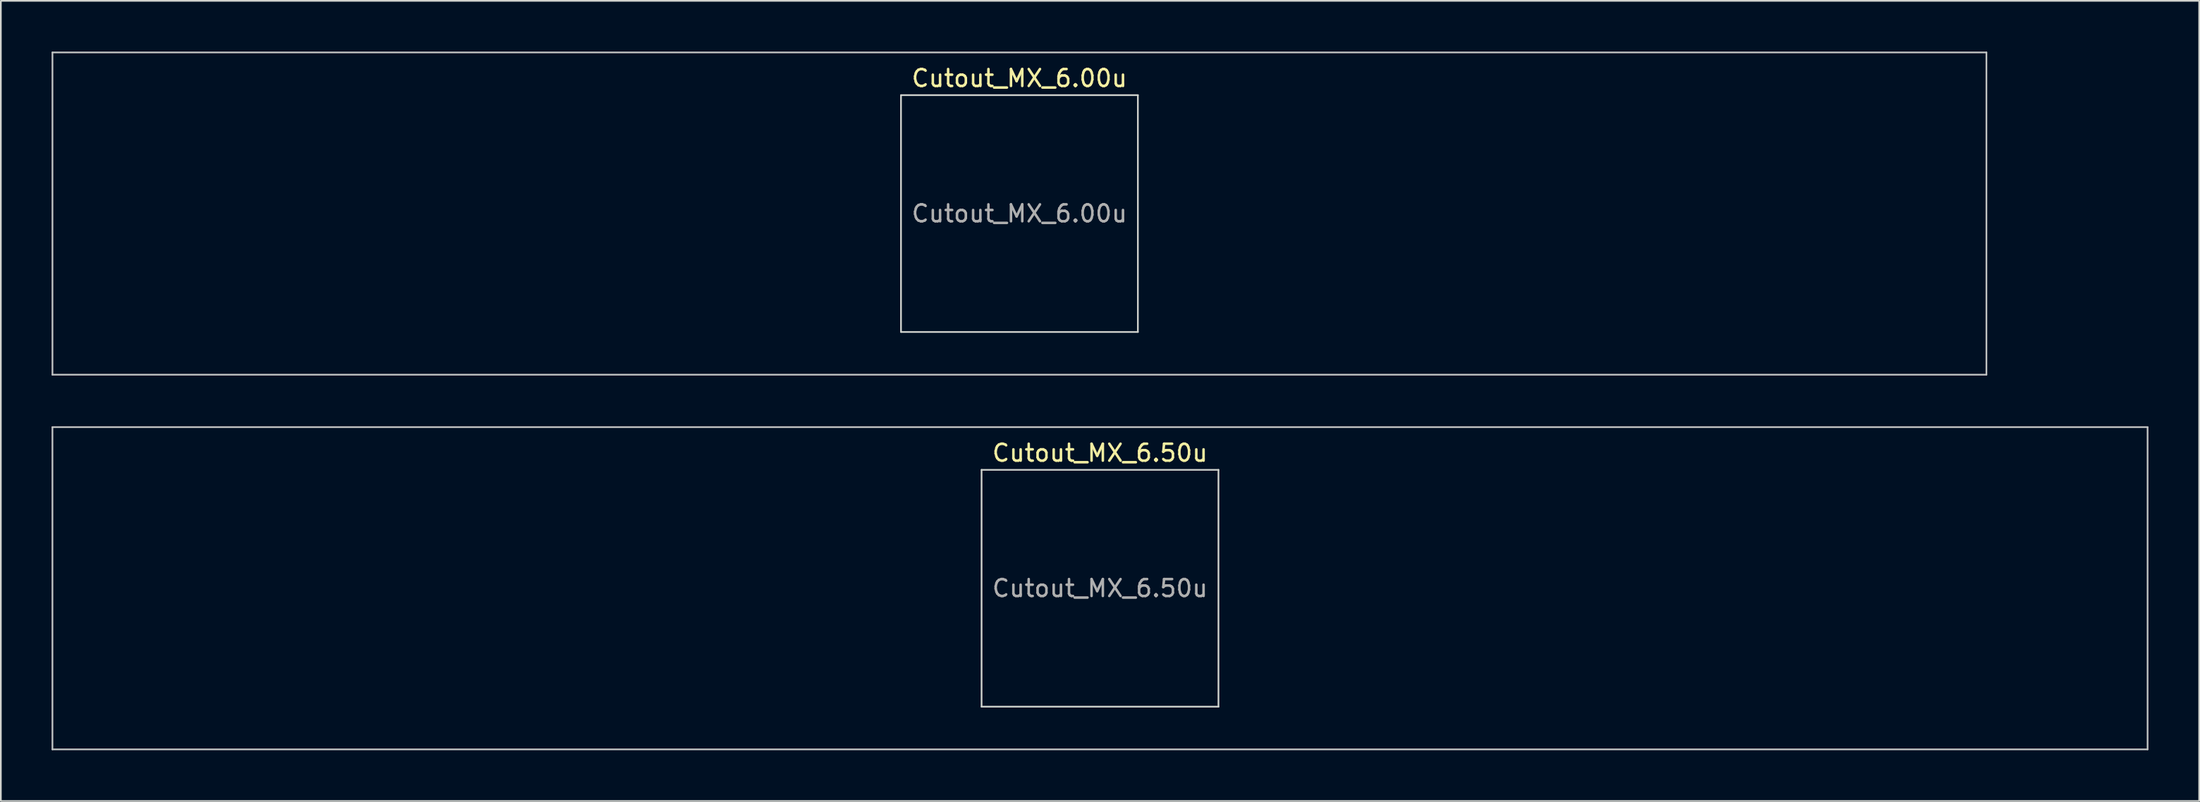
<source format=kicad_pcb>
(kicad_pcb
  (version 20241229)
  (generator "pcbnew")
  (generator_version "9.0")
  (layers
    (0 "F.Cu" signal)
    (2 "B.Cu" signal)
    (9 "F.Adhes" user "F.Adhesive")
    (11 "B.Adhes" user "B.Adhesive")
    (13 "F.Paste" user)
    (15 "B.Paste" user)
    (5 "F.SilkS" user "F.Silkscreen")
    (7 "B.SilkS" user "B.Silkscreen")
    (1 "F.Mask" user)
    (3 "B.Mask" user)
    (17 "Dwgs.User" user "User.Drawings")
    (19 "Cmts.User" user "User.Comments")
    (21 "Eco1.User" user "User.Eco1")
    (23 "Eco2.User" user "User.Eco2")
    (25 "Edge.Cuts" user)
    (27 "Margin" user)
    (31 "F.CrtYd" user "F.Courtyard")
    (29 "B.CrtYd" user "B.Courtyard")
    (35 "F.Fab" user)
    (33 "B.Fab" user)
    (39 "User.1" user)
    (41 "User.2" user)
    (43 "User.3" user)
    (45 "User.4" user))
  (footprint "Cutout_MX_6.00u"
    (layer "F.Cu")
    (at 57.2 9.575)
    (property "Reference" "Cutout_MX_6.00u" (at 0 -8 0) (layer "F.SilkS") (effects (font (size 1 1) (thickness 0.15))))
    (attr through_hole)
    (fp_line (start -57.15 -9.525) (end -57.15 9.525) (stroke (width 0.1) (type solid)) (layer "Dwgs.User"))
    (fp_line (start -57.15 9.525) (end 57.15 9.525) (stroke (width 0.1) (type solid)) (layer "Dwgs.User"))
    (fp_line (start 57.15 -9.525) (end -57.15 -9.525) (stroke (width 0.1) (type solid)) (layer "Dwgs.User"))
    (fp_line (start 57.15 9.525) (end 57.15 -9.525) (stroke (width 0.1) (type solid)) (layer "Dwgs.User"))
    (fp_line (start -7 -7) (end -7 7) (stroke (width 0.1) (type solid)) (layer "Edge.Cuts"))
    (fp_line (start -7 7) (end 7 7) (stroke (width 0.1) (type solid)) (layer "Edge.Cuts"))
    (fp_line (start 7 -7) (end -7 -7) (stroke (width 0.1) (type solid)) (layer "Edge.Cuts"))
    (fp_line (start 7 7) (end 7 -7) (stroke (width 0.1) (type solid)) (layer "Edge.Cuts"))
    (fp_text user "${REFERENCE}" (at 0 0 0) (layer "F.Fab") (effects (font (size 1 1) (thickness 0.15)))))
  (footprint "Cutout_MX_6.50u"
    (layer "F.Cu")
    (at 61.962 31.725)
    (property "Reference" "Cutout_MX_6.50u" (at 0 -8 0) (layer "F.SilkS") (effects (font (size 1 1) (thickness 0.15))))
    (attr through_hole)
    (fp_line (start -61.913 -9.525) (end -61.913 9.525) (stroke (width 0.1) (type solid)) (layer "Dwgs.User"))
    (fp_line (start -61.913 9.525) (end 61.913 9.525) (stroke (width 0.1) (type solid)) (layer "Dwgs.User"))
    (fp_line (start 61.913 -9.525) (end -61.913 -9.525) (stroke (width 0.1) (type solid)) (layer "Dwgs.User"))
    (fp_line (start 61.913 9.525) (end 61.913 -9.525) (stroke (width 0.1) (type solid)) (layer "Dwgs.User"))
    (fp_line (start -7 -7) (end -7 7) (stroke (width 0.1) (type solid)) (layer "Edge.Cuts"))
    (fp_line (start -7 7) (end 7 7) (stroke (width 0.1) (type solid)) (layer "Edge.Cuts"))
    (fp_line (start 7 -7) (end -7 -7) (stroke (width 0.1) (type solid)) (layer "Edge.Cuts"))
    (fp_line (start 7 7) (end 7 -7) (stroke (width 0.1) (type solid)) (layer "Edge.Cuts"))
    (fp_text user "${REFERENCE}" (at 0 0 0) (layer "F.Fab") (effects (font (size 1 1) (thickness 0.15)))))
  (gr_rect
    (start -3 -3)
    (end 126.925 44.3)
    (stroke (width 0.1) (type default))
    (fill no)
    (layer "Edge.Cuts")))
</source>
